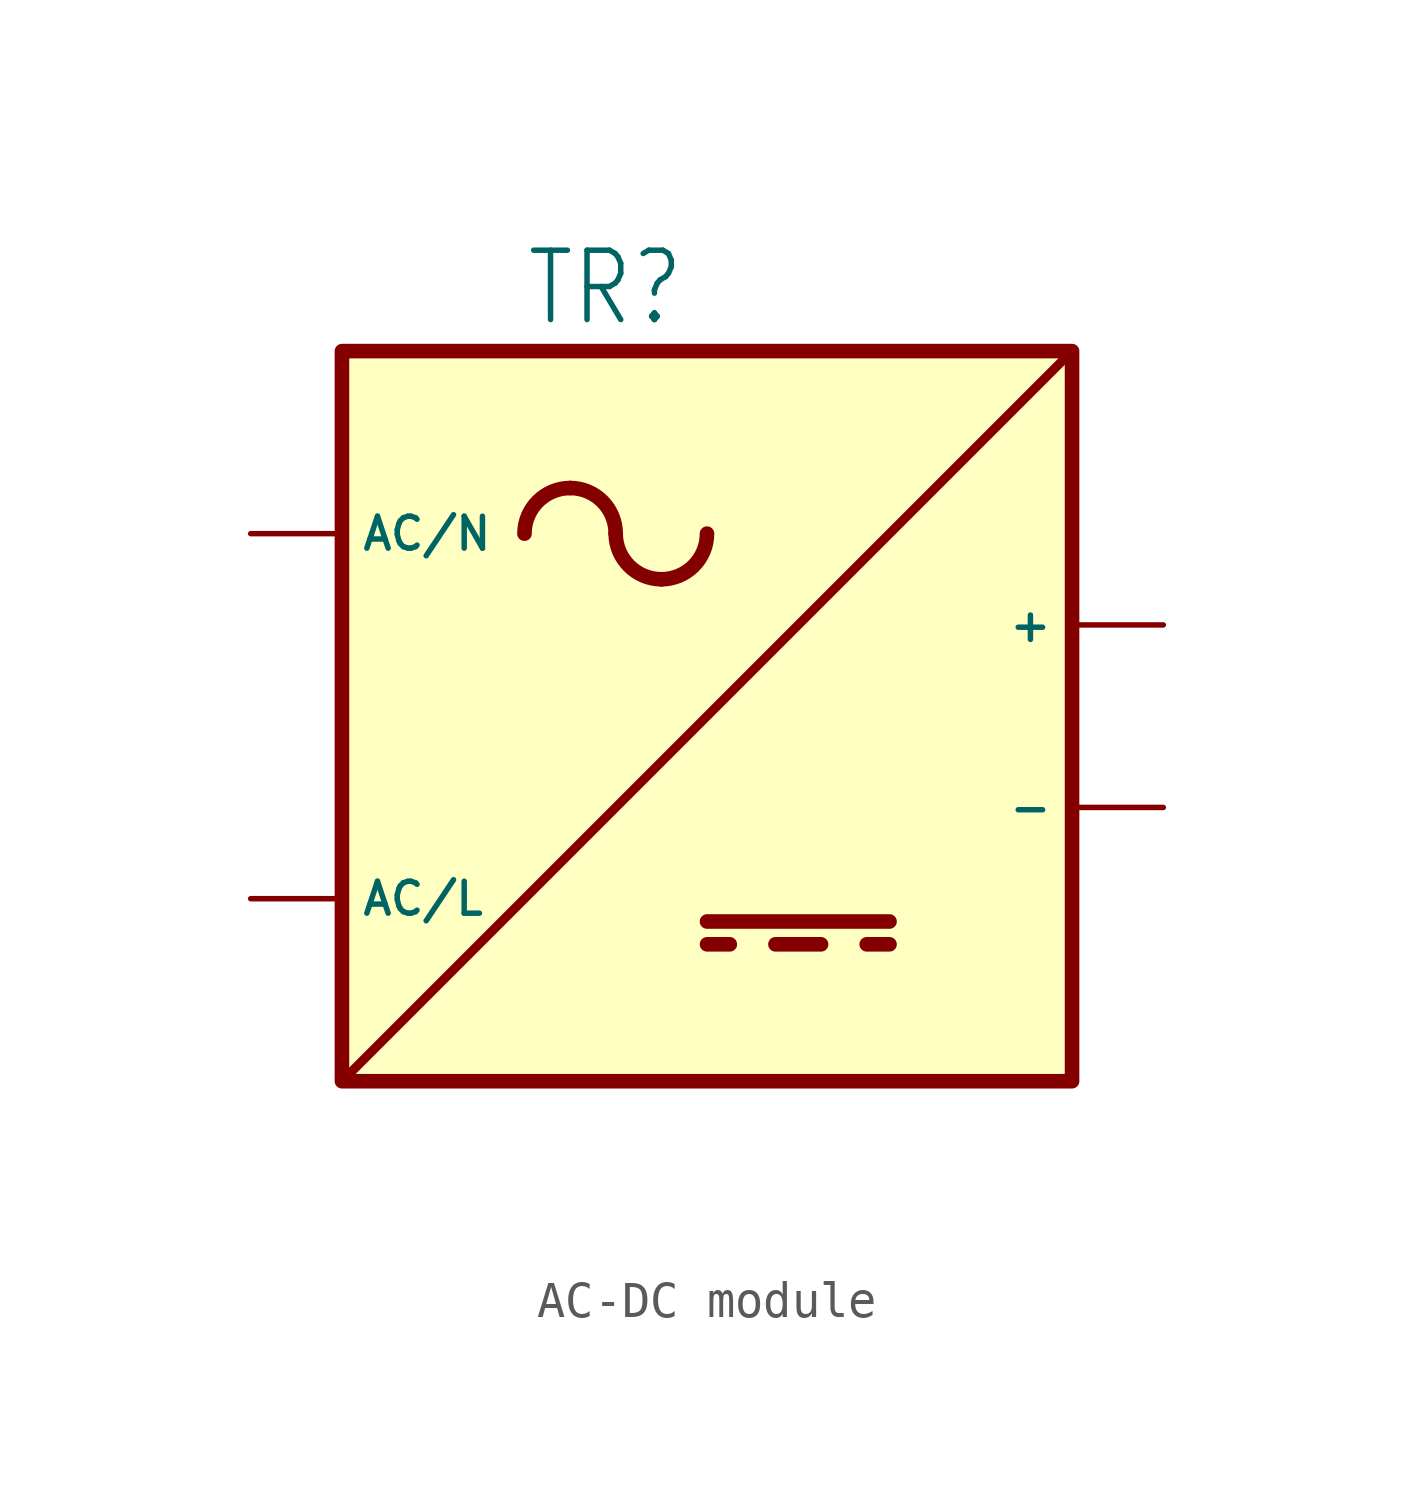
<source format=kicad_sym>
(kicad_symbol_lib
  (version 20220914)
  (generator kicad_symbol_editor)
  (symbol "AC-DC module"
    (property "Reference" "TR"
      (at -5.08 10.795 0)
      (effects (font (size 1.93 1.641)) (justify left bottom)))
    (property "Value" ""
      (at -5.715 -12.7 0)
      (effects (font (size 1.93 1.641)) (justify left bottom)))
    (property "ki_locked" ""
      (at 0 0 0)
      (effects (font (size 1.27 1.27))))
    (symbol "AC-DC module_1_0"
      (arc (start -3.81 6.35) (mid -4.708 5.978) (end -5.08 5.08) (stroke (width 0.4064) (type solid)) (fill (type none)))
      (arc (start -2.54 5.08) (mid -2.912 5.978) (end -3.81 6.35) (stroke (width 0.4064) (type solid)) (fill (type none)))
      (arc (start -2.54 5.08) (mid -2.168 4.182) (end -1.27 3.81) (stroke (width 0.4064) (type solid)) (fill (type none)))
      (arc (start -1.27 3.81) (mid -0.372 4.182) (end 0 5.08) (stroke (width 0.4064) (type solid)) (fill (type none)))
      (polyline (pts (xy 0 -6.35) (xy 0.635 -6.35)) (stroke (width 0.406) (type solid)) (fill (type none)))
      (polyline (pts (xy 0 -5.715) (xy 5.08 -5.715)) (stroke (width 0.406) (type solid)) (fill (type none)))
      (polyline (pts (xy 1.905 -6.35) (xy 3.175 -6.35)) (stroke (width 0.406) (type solid)) (fill (type none)))
      (polyline (pts (xy 4.445 -6.35) (xy 5.08 -6.35)) (stroke (width 0.406) (type solid)) (fill (type none)))
      (polyline (pts (xy 10.16 10.16) (xy -10.16 -10.16)) (stroke (width 0.254) (type solid)) (fill (type none)))
      (pin input line (at -12.7 -5.08 0) (length 2.54) (name "AC/L" (effects (font (size 0.889 0.889)))) (number "ACL" (effects (font (size 0 0)))))
      (pin input line (at -12.7 5.08 0) (length 2.54) (name "AC/N" (effects (font (size 0.889 0.889)))) (number "ACN" (effects (font (size 0 0)))))
      (pin passive line (at 12.7 2.54 180) (length 2.54) (name "+" (effects (font (size 0.889 0.889)))) (number "V+" (effects (font (size 0 0)))))
      (pin passive line (at 12.7 -2.54 180) (length 2.54) (name "-" (effects (font (size 0.889 0.889)))) (number "V-" (effects (font (size 0 0))))))
    (symbol "AC-DC module_1_1"
      (rectangle (start -10.16 10.16) (end 10.16 -10.16) (stroke (width 0.406) (type default)) (fill (type background))))))
</source>
